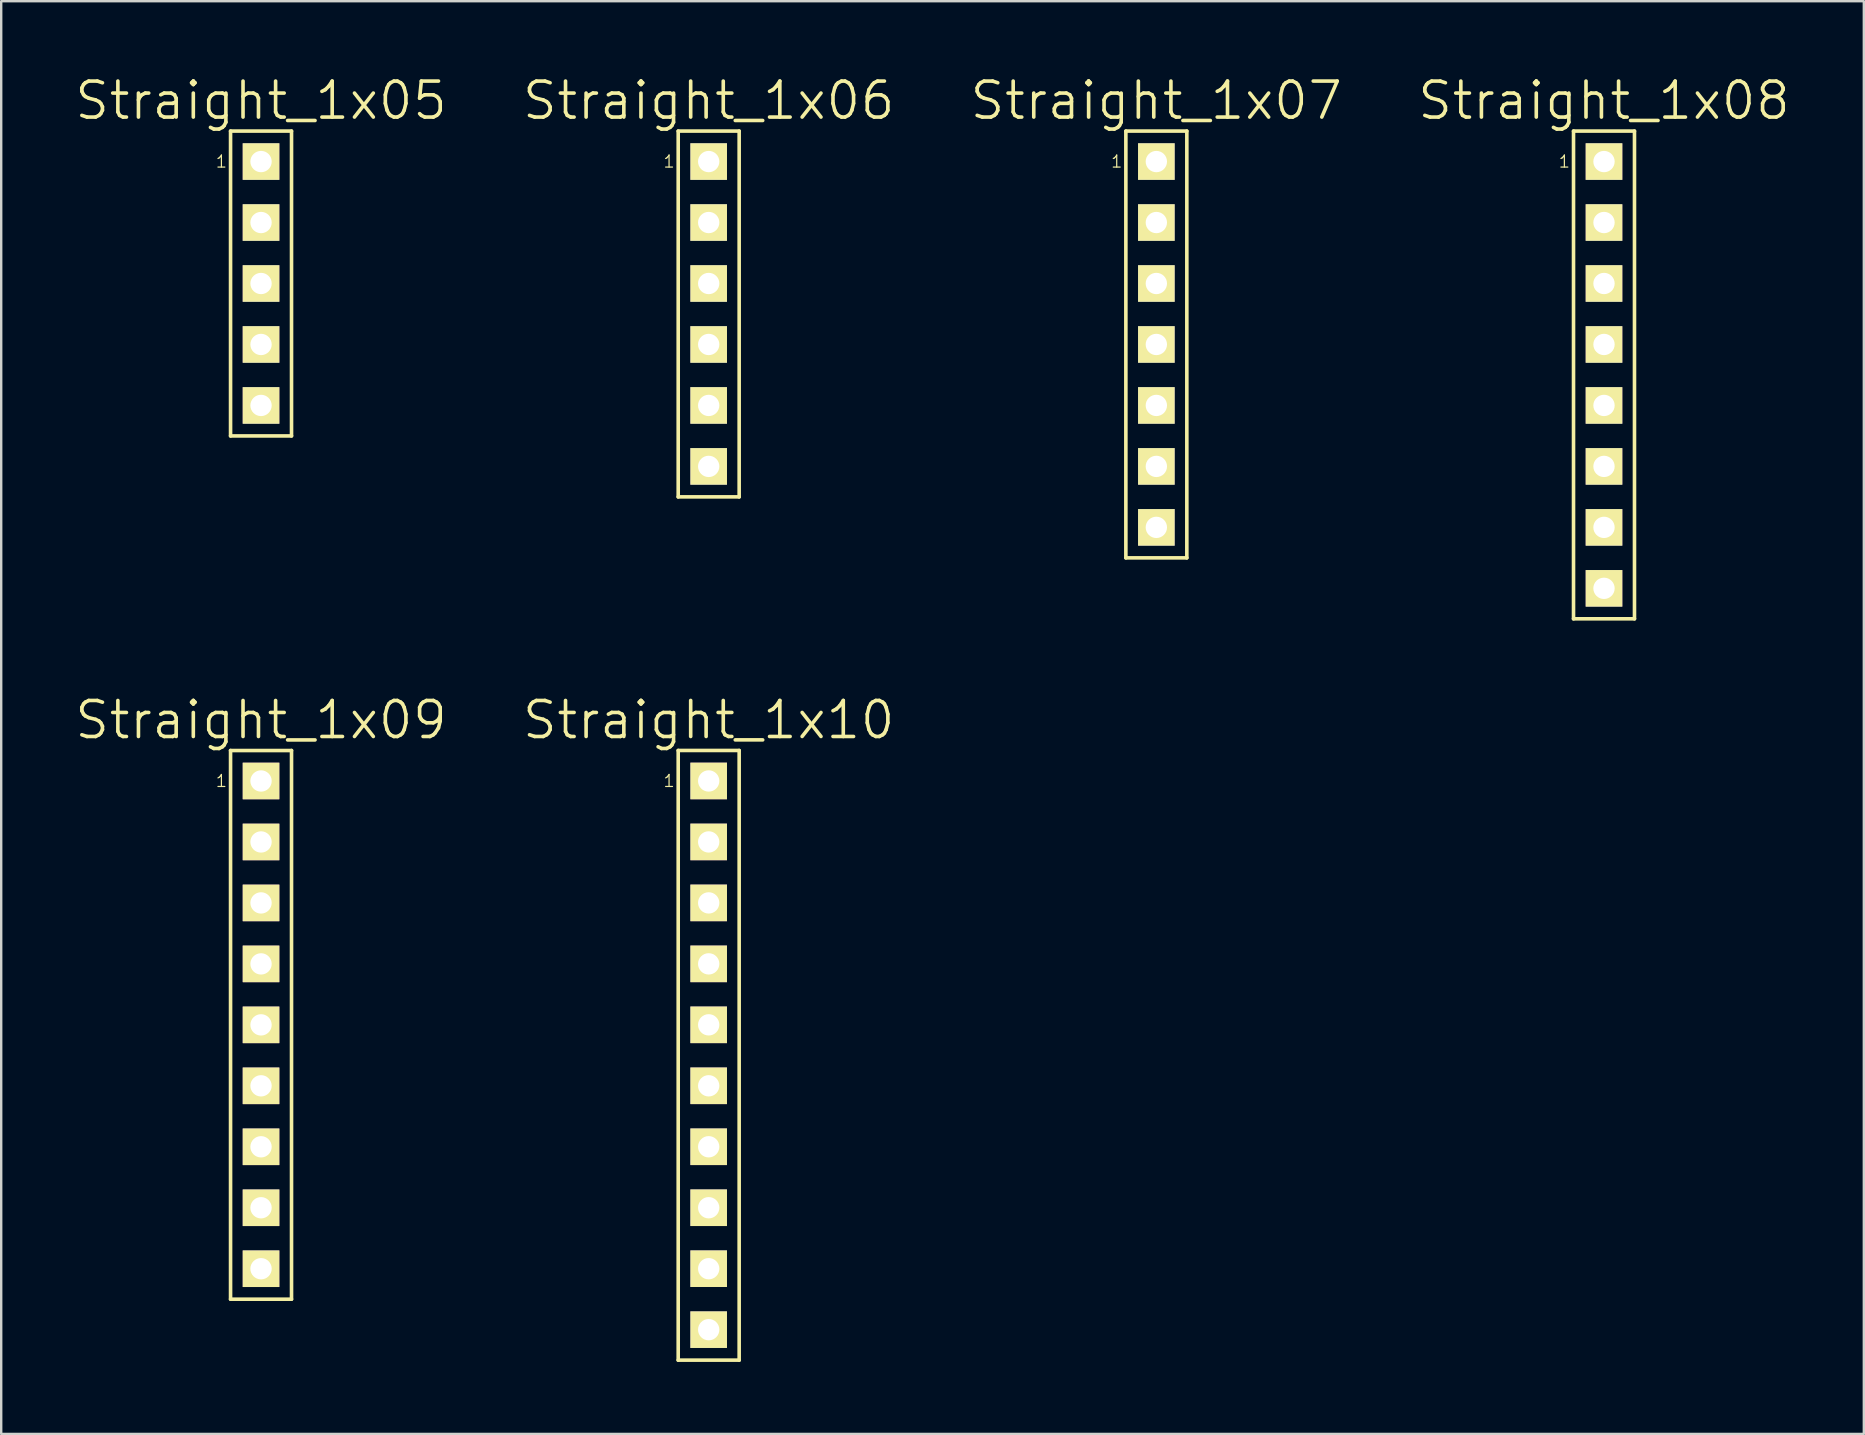
<source format=kicad_pcb>
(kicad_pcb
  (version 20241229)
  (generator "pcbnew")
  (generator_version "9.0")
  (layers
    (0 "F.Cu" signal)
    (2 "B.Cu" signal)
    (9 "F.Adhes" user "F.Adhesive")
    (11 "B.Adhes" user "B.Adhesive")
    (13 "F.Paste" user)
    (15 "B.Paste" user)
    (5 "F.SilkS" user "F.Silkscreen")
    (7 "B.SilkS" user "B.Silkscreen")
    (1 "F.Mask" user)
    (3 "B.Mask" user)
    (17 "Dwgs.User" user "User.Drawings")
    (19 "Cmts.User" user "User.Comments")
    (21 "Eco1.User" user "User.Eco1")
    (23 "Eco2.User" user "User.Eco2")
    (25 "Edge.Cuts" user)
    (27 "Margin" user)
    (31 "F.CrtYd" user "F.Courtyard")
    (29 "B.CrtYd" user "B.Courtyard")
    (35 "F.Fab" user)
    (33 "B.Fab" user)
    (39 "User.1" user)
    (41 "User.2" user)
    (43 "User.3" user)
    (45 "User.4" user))
  (footprint "Straight_1x10"
    (layer "F.Cu")
    (at 26.475 40.916)
    (property "Reference" "Straight_1x10" (at 0 -13.97 0) (layer "F.SilkS") (effects (font (size 1.5 1.5) (thickness 0.15))))
    (attr through_hole)
    (fp_line (start -1.27 -12.7) (end 1.27 -12.7) (stroke (width 0.15) (type solid)) (layer "F.SilkS"))
    (fp_line (start -1.27 12.7) (end -1.27 -12.7) (stroke (width 0.15) (type solid)) (layer "F.SilkS"))
    (fp_line (start 1.27 -12.7) (end 1.27 12.7) (stroke (width 0.15) (type solid)) (layer "F.SilkS"))
    (fp_line (start 1.27 12.7) (end -1.27 12.7) (stroke (width 0.15) (type solid)) (layer "F.SilkS"))
    (fp_text user "1" (at -1.651 -11.43 0) (layer "F.SilkS") (effects (font (size 0.5 0.5) (thickness 0.05))))
    (pad "1" thru_hole rect (at 0 -11.43) (size 1.524 1.524) (drill 0.889) (layers "*.Cu" "*.Mask" "F.SilkS"))
    (pad "2" thru_hole rect (at 0 -8.89) (size 1.524 1.524) (drill 0.889) (layers "*.Cu" "*.Mask" "F.SilkS"))
    (pad "3" thru_hole rect (at 0 -6.35) (size 1.524 1.524) (drill 0.889) (layers "*.Cu" "*.Mask" "F.SilkS"))
    (pad "4" thru_hole rect (at 0 -3.81) (size 1.524 1.524) (drill 0.889) (layers "*.Cu" "*.Mask" "F.SilkS"))
    (pad "5" thru_hole rect (at 0 -1.27) (size 1.524 1.524) (drill 0.889) (layers "*.Cu" "*.Mask" "F.SilkS"))
    (pad "6" thru_hole rect (at 0 1.27) (size 1.524 1.524) (drill 0.889) (layers "*.Cu" "*.Mask" "F.SilkS"))
    (pad "7" thru_hole rect (at 0 3.81) (size 1.524 1.524) (drill 0.889) (layers "*.Cu" "*.Mask" "F.SilkS"))
    (pad "8" thru_hole rect (at 0 6.35) (size 1.524 1.524) (drill 0.889) (layers "*.Cu" "*.Mask" "F.SilkS"))
    (pad "9" thru_hole rect (at 0 8.89) (size 1.524 1.524) (drill 0.889) (layers "*.Cu" "*.Mask" "F.SilkS"))
    (pad "10" thru_hole rect (at 0 11.43) (size 1.524 1.524) (drill 0.889) (layers "*.Cu" "*.Mask" "F.SilkS")))
  (footprint "Straight_1x08"
    (layer "F.Cu")
    (at 63.775 12.571)
    (property "Reference" "Straight_1x08" (at 0 -11.43 0) (layer "F.SilkS") (effects (font (size 1.5 1.5) (thickness 0.15))))
    (attr through_hole)
    (fp_line (start -1.27 -10.16) (end 1.27 -10.16) (stroke (width 0.15) (type solid)) (layer "F.SilkS"))
    (fp_line (start -1.27 10.16) (end -1.27 -10.16) (stroke (width 0.15) (type solid)) (layer "F.SilkS"))
    (fp_line (start 1.27 -10.16) (end 1.27 10.16) (stroke (width 0.15) (type solid)) (layer "F.SilkS"))
    (fp_line (start 1.27 10.16) (end -1.27 10.16) (stroke (width 0.15) (type solid)) (layer "F.SilkS"))
    (fp_text user "1" (at -1.651 -8.89 0) (layer "F.SilkS") (effects (font (size 0.5 0.5) (thickness 0.05))))
    (pad "1" thru_hole rect (at 0 -8.89) (size 1.524 1.524) (drill 0.889) (layers "*.Cu" "*.Mask" "F.SilkS"))
    (pad "2" thru_hole rect (at 0 -6.35) (size 1.524 1.524) (drill 0.889) (layers "*.Cu" "*.Mask" "F.SilkS"))
    (pad "3" thru_hole rect (at 0 -3.81) (size 1.524 1.524) (drill 0.889) (layers "*.Cu" "*.Mask" "F.SilkS"))
    (pad "4" thru_hole rect (at 0 -1.27) (size 1.524 1.524) (drill 0.889) (layers "*.Cu" "*.Mask" "F.SilkS"))
    (pad "5" thru_hole rect (at 0 1.27) (size 1.524 1.524) (drill 0.889) (layers "*.Cu" "*.Mask" "F.SilkS"))
    (pad "6" thru_hole rect (at 0 3.81) (size 1.524 1.524) (drill 0.889) (layers "*.Cu" "*.Mask" "F.SilkS"))
    (pad "7" thru_hole rect (at 0 6.35) (size 1.524 1.524) (drill 0.889) (layers "*.Cu" "*.Mask" "F.SilkS"))
    (pad "8" thru_hole rect (at 0 8.89) (size 1.524 1.524) (drill 0.889) (layers "*.Cu" "*.Mask" "F.SilkS")))
  (footprint "Straight_1x07"
    (layer "F.Cu")
    (at 45.125 11.301)
    (property "Reference" "Straight_1x07" (at 0 -10.16 0) (layer "F.SilkS") (effects (font (size 1.5 1.5) (thickness 0.15))))
    (attr through_hole)
    (fp_line (start -1.27 -8.89) (end 1.27 -8.89) (stroke (width 0.15) (type solid)) (layer "F.SilkS"))
    (fp_line (start -1.27 8.89) (end -1.27 -8.89) (stroke (width 0.15) (type solid)) (layer "F.SilkS"))
    (fp_line (start 1.27 -8.89) (end 1.27 8.89) (stroke (width 0.15) (type solid)) (layer "F.SilkS"))
    (fp_line (start 1.27 8.89) (end -1.27 8.89) (stroke (width 0.15) (type solid)) (layer "F.SilkS"))
    (fp_text user "1" (at -1.651 -7.62 0) (layer "F.SilkS") (effects (font (size 0.5 0.5) (thickness 0.05))))
    (pad "1" thru_hole rect (at 0 -7.62) (size 1.524 1.524) (drill 0.889) (layers "*.Cu" "*.Mask" "F.SilkS"))
    (pad "2" thru_hole rect (at 0 -5.08) (size 1.524 1.524) (drill 0.889) (layers "*.Cu" "*.Mask" "F.SilkS"))
    (pad "3" thru_hole rect (at 0 -2.54) (size 1.524 1.524) (drill 0.889) (layers "*.Cu" "*.Mask" "F.SilkS"))
    (pad "4" thru_hole rect (at 0 0) (size 1.524 1.524) (drill 0.889) (layers "*.Cu" "*.Mask" "F.SilkS"))
    (pad "5" thru_hole rect (at 0 2.54) (size 1.524 1.524) (drill 0.889) (layers "*.Cu" "*.Mask" "F.SilkS"))
    (pad "6" thru_hole rect (at 0 5.08) (size 1.524 1.524) (drill 0.889) (layers "*.Cu" "*.Mask" "F.SilkS"))
    (pad "7" thru_hole rect (at 0 7.62) (size 1.524 1.524) (drill 0.889) (layers "*.Cu" "*.Mask" "F.SilkS")))
  (footprint "Straight_1x06"
    (layer "F.Cu")
    (at 26.475 10.031)
    (property "Reference" "Straight_1x06" (at 0 -8.89 0) (layer "F.SilkS") (effects (font (size 1.5 1.5) (thickness 0.15))))
    (attr through_hole)
    (fp_line (start -1.27 -7.62) (end 1.27 -7.62) (stroke (width 0.15) (type solid)) (layer "F.SilkS"))
    (fp_line (start -1.27 7.62) (end -1.27 -7.62) (stroke (width 0.15) (type solid)) (layer "F.SilkS"))
    (fp_line (start 1.27 -7.62) (end 1.27 7.62) (stroke (width 0.15) (type solid)) (layer "F.SilkS"))
    (fp_line (start 1.27 7.62) (end -1.27 7.62) (stroke (width 0.15) (type solid)) (layer "F.SilkS"))
    (fp_text user "1" (at -1.651 -6.35 0) (layer "F.SilkS") (effects (font (size 0.5 0.5) (thickness 0.05))))
    (pad "1" thru_hole rect (at 0 -6.35) (size 1.524 1.524) (drill 0.889) (layers "*.Cu" "*.Mask" "F.SilkS"))
    (pad "2" thru_hole rect (at 0 -3.81) (size 1.524 1.524) (drill 0.889) (layers "*.Cu" "*.Mask" "F.SilkS"))
    (pad "3" thru_hole rect (at 0 -1.27) (size 1.524 1.524) (drill 0.889) (layers "*.Cu" "*.Mask" "F.SilkS"))
    (pad "4" thru_hole rect (at 0 1.27) (size 1.524 1.524) (drill 0.889) (layers "*.Cu" "*.Mask" "F.SilkS"))
    (pad "5" thru_hole rect (at 0 3.81) (size 1.524 1.524) (drill 0.889) (layers "*.Cu" "*.Mask" "F.SilkS"))
    (pad "6" thru_hole rect (at 0 6.35) (size 1.524 1.524) (drill 0.889) (layers "*.Cu" "*.Mask" "F.SilkS")))
  (footprint "Straight_1x09"
    (layer "F.Cu")
    (at 7.825 39.647)
    (property "Reference" "Straight_1x09" (at 0 -12.7 0) (layer "F.SilkS") (effects (font (size 1.5 1.5) (thickness 0.15))))
    (attr through_hole)
    (fp_line (start -1.27 -11.43) (end 1.27 -11.43) (stroke (width 0.15) (type solid)) (layer "F.SilkS"))
    (fp_line (start -1.27 11.43) (end -1.27 -11.43) (stroke (width 0.15) (type solid)) (layer "F.SilkS"))
    (fp_line (start 1.27 -11.43) (end 1.27 11.43) (stroke (width 0.15) (type solid)) (layer "F.SilkS"))
    (fp_line (start 1.27 11.43) (end -1.27 11.43) (stroke (width 0.15) (type solid)) (layer "F.SilkS"))
    (fp_text user "1" (at -1.651 -10.16 0) (layer "F.SilkS") (effects (font (size 0.5 0.5) (thickness 0.05))))
    (pad "1" thru_hole rect (at 0 -10.16) (size 1.524 1.524) (drill 0.889) (layers "*.Cu" "*.Mask" "F.SilkS"))
    (pad "2" thru_hole rect (at 0 -7.62) (size 1.524 1.524) (drill 0.889) (layers "*.Cu" "*.Mask" "F.SilkS"))
    (pad "3" thru_hole rect (at 0 -5.08) (size 1.524 1.524) (drill 0.889) (layers "*.Cu" "*.Mask" "F.SilkS"))
    (pad "4" thru_hole rect (at 0 -2.54) (size 1.524 1.524) (drill 0.889) (layers "*.Cu" "*.Mask" "F.SilkS"))
    (pad "5" thru_hole rect (at 0 0) (size 1.524 1.524) (drill 0.889) (layers "*.Cu" "*.Mask" "F.SilkS"))
    (pad "6" thru_hole rect (at 0 2.54) (size 1.524 1.524) (drill 0.889) (layers "*.Cu" "*.Mask" "F.SilkS"))
    (pad "7" thru_hole rect (at 0 5.08) (size 1.524 1.524) (drill 0.889) (layers "*.Cu" "*.Mask" "F.SilkS"))
    (pad "8" thru_hole rect (at 0 7.62) (size 1.524 1.524) (drill 0.889) (layers "*.Cu" "*.Mask" "F.SilkS"))
    (pad "9" thru_hole rect (at 0 10.16) (size 1.524 1.524) (drill 0.889) (layers "*.Cu" "*.Mask" "F.SilkS")))
  (footprint "Straight_1x05"
    (layer "F.Cu")
    (at 7.825 8.761)
    (property "Reference" "Straight_1x05" (at 0 -7.62 0) (layer "F.SilkS") (effects (font (size 1.5 1.5) (thickness 0.15))))
    (attr through_hole)
    (fp_line (start -1.27 -6.35) (end 1.27 -6.35) (stroke (width 0.15) (type solid)) (layer "F.SilkS"))
    (fp_line (start -1.27 6.35) (end -1.27 -6.35) (stroke (width 0.15) (type solid)) (layer "F.SilkS"))
    (fp_line (start 1.27 -6.35) (end 1.27 6.35) (stroke (width 0.15) (type solid)) (layer "F.SilkS"))
    (fp_line (start 1.27 6.35) (end -1.27 6.35) (stroke (width 0.15) (type solid)) (layer "F.SilkS"))
    (fp_text user "1" (at -1.651 -5.08 0) (layer "F.SilkS") (effects (font (size 0.5 0.5) (thickness 0.05))))
    (pad "1" thru_hole rect (at 0 -5.08) (size 1.524 1.524) (drill 0.889) (layers "*.Cu" "*.Mask" "F.SilkS"))
    (pad "2" thru_hole rect (at 0 -2.54) (size 1.524 1.524) (drill 0.889) (layers "*.Cu" "*.Mask" "F.SilkS"))
    (pad "3" thru_hole rect (at 0 0) (size 1.524 1.524) (drill 0.889) (layers "*.Cu" "*.Mask" "F.SilkS"))
    (pad "4" thru_hole rect (at 0 2.54) (size 1.524 1.524) (drill 0.889) (layers "*.Cu" "*.Mask" "F.SilkS"))
    (pad "5" thru_hole rect (at 0 5.08) (size 1.524 1.524) (drill 0.889) (layers "*.Cu" "*.Mask" "F.SilkS")))
  (gr_rect
    (start -3 -3)
    (end 74.6 56.691)
    (stroke (width 0.1) (type default))
    (fill no)
    (layer "Edge.Cuts")))
</source>
